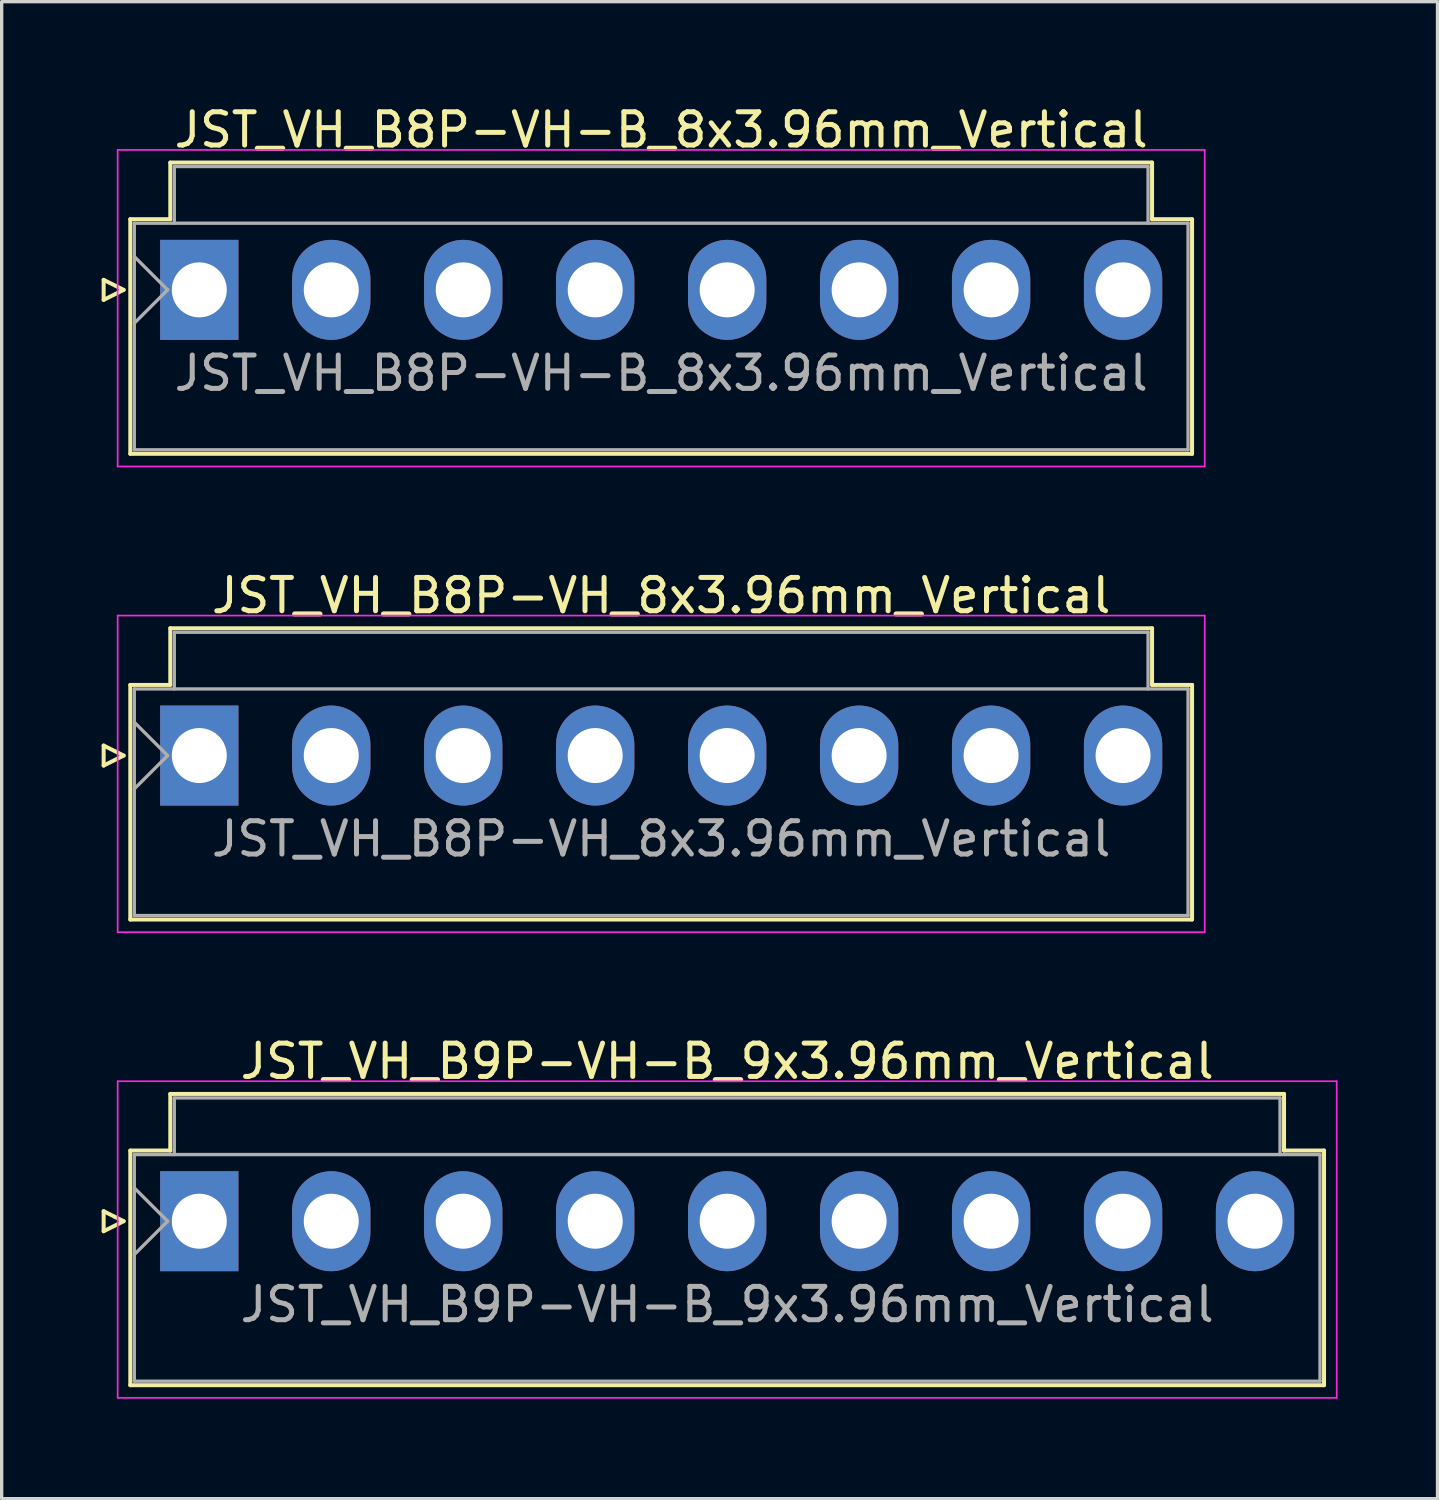
<source format=kicad_pcb>
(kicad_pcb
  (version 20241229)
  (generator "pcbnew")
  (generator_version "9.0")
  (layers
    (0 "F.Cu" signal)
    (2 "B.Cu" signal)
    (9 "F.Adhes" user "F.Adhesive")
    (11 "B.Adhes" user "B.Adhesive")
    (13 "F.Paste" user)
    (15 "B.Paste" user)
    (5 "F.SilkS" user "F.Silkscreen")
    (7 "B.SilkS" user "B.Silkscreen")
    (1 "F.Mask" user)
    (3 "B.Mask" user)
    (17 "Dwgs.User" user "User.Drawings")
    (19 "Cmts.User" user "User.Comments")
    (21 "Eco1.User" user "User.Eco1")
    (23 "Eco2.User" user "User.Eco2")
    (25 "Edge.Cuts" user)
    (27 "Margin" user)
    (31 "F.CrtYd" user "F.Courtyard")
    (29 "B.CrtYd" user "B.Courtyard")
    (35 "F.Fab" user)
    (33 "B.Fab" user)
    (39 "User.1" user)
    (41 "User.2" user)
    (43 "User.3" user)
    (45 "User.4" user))
  (footprint "JST_VH_B8P-VH_8x3.96mm_Vertical"
    (layer "F.Cu")
    (at 2.93 19.622)
    (property "Reference" "JST_VH_B8P-VH_8x3.96mm_Vertical" (at 13.86 -4.8 0) (layer "F.SilkS") (effects (font (size 1 1) (thickness 0.15))))
    (attr through_hole)
    (fp_line (start -2.87 -0.3) (end -2.27 0) (stroke (width 0.12) (type solid)) (layer "F.SilkS"))
    (fp_line (start -2.87 0.3) (end -2.87 -0.3) (stroke (width 0.12) (type solid)) (layer "F.SilkS"))
    (fp_line (start -2.27 0) (end -2.87 0.3) (stroke (width 0.12) (type solid)) (layer "F.SilkS"))
    (fp_line (start -2.07 -2.12) (end -0.87 -2.12) (stroke (width 0.12) (type solid)) (layer "F.SilkS"))
    (fp_line (start -2.07 4.92) (end -2.07 -2.12) (stroke (width 0.12) (type solid)) (layer "F.SilkS"))
    (fp_line (start -0.87 -3.82) (end 28.59 -3.82) (stroke (width 0.12) (type solid)) (layer "F.SilkS"))
    (fp_line (start -0.87 -2.12) (end -0.87 -3.82) (stroke (width 0.12) (type solid)) (layer "F.SilkS"))
    (fp_line (start 28.59 -3.82) (end 28.59 -2.12) (stroke (width 0.12) (type solid)) (layer "F.SilkS"))
    (fp_line (start 28.59 -2.12) (end 29.79 -2.12) (stroke (width 0.12) (type solid)) (layer "F.SilkS"))
    (fp_line (start 29.79 -2.12) (end 29.79 4.92) (stroke (width 0.12) (type solid)) (layer "F.SilkS"))
    (fp_line (start 29.79 4.92) (end -2.07 4.92) (stroke (width 0.12) (type solid)) (layer "F.SilkS"))
    (fp_line (start -2.45 -4.2) (end -2.45 5.3) (stroke (width 0.05) (type solid)) (layer "F.CrtYd"))
    (fp_line (start -2.45 5.3) (end 30.17 5.3) (stroke (width 0.05) (type solid)) (layer "F.CrtYd"))
    (fp_line (start 30.17 -4.2) (end -2.45 -4.2) (stroke (width 0.05) (type solid)) (layer "F.CrtYd"))
    (fp_line (start 30.17 5.3) (end 30.17 -4.2) (stroke (width 0.05) (type solid)) (layer "F.CrtYd"))
    (fp_line (start -1.95 -2) (end -1.95 4.8) (stroke (width 0.1) (type solid)) (layer "F.Fab"))
    (fp_line (start -1.95 -1) (end -0.95 0) (stroke (width 0.1) (type solid)) (layer "F.Fab"))
    (fp_line (start -1.95 1) (end -0.95 0) (stroke (width 0.1) (type solid)) (layer "F.Fab"))
    (fp_line (start -1.95 4.8) (end 29.67 4.8) (stroke (width 0.1) (type solid)) (layer "F.Fab"))
    (fp_line (start -0.75 -3.7) (end 28.47 -3.7) (stroke (width 0.1) (type solid)) (layer "F.Fab"))
    (fp_line (start -0.75 -2) (end -0.75 -3.7) (stroke (width 0.1) (type solid)) (layer "F.Fab"))
    (fp_line (start 28.47 -3.7) (end 28.47 -2) (stroke (width 0.1) (type solid)) (layer "F.Fab"))
    (fp_line (start 29.67 -2) (end -1.95 -2) (stroke (width 0.1) (type solid)) (layer "F.Fab"))
    (fp_line (start 29.67 4.8) (end 29.67 -2) (stroke (width 0.1) (type solid)) (layer "F.Fab"))
    (fp_text user "${REFERENCE}" (at 13.86 2.5 0) (layer "F.Fab") (effects (font (size 1 1) (thickness 0.15))))
    (pad "1" thru_hole rect (at 0 0) (size 2.35 3) (drill 1.65) (layers "*.Cu" "*.Mask"))
    (pad "2" thru_hole oval (at 3.96 0) (size 2.35 3) (drill 1.65) (layers "*.Cu" "*.Mask"))
    (pad "3" thru_hole oval (at 7.92 0) (size 2.35 3) (drill 1.65) (layers "*.Cu" "*.Mask"))
    (pad "4" thru_hole oval (at 11.88 0) (size 2.35 3) (drill 1.65) (layers "*.Cu" "*.Mask"))
    (pad "5" thru_hole oval (at 15.84 0) (size 2.35 3) (drill 1.65) (layers "*.Cu" "*.Mask"))
    (pad "6" thru_hole oval (at 19.8 0) (size 2.35 3) (drill 1.65) (layers "*.Cu" "*.Mask"))
    (pad "7" thru_hole oval (at 23.76 0) (size 2.35 3) (drill 1.65) (layers "*.Cu" "*.Mask"))
    (pad "8" thru_hole oval (at 27.72 0) (size 2.35 3) (drill 1.65) (layers "*.Cu" "*.Mask")))
  (footprint "JST_VH_B8P-VH-B_8x3.96mm_Vertical"
    (layer "F.Cu")
    (at 2.93 5.648)
    (property "Reference" "JST_VH_B8P-VH-B_8x3.96mm_Vertical" (at 13.86 -4.8 0) (layer "F.SilkS") (effects (font (size 1 1) (thickness 0.15))))
    (attr through_hole)
    (fp_line (start -2.87 -0.3) (end -2.27 0) (stroke (width 0.12) (type solid)) (layer "F.SilkS"))
    (fp_line (start -2.87 0.3) (end -2.87 -0.3) (stroke (width 0.12) (type solid)) (layer "F.SilkS"))
    (fp_line (start -2.27 0) (end -2.87 0.3) (stroke (width 0.12) (type solid)) (layer "F.SilkS"))
    (fp_line (start -2.07 -2.12) (end -0.87 -2.12) (stroke (width 0.12) (type solid)) (layer "F.SilkS"))
    (fp_line (start -2.07 4.92) (end -2.07 -2.12) (stroke (width 0.12) (type solid)) (layer "F.SilkS"))
    (fp_line (start -0.87 -3.82) (end 28.59 -3.82) (stroke (width 0.12) (type solid)) (layer "F.SilkS"))
    (fp_line (start -0.87 -2.12) (end -0.87 -3.82) (stroke (width 0.12) (type solid)) (layer "F.SilkS"))
    (fp_line (start 28.59 -3.82) (end 28.59 -2.12) (stroke (width 0.12) (type solid)) (layer "F.SilkS"))
    (fp_line (start 28.59 -2.12) (end 29.79 -2.12) (stroke (width 0.12) (type solid)) (layer "F.SilkS"))
    (fp_line (start 29.79 -2.12) (end 29.79 4.92) (stroke (width 0.12) (type solid)) (layer "F.SilkS"))
    (fp_line (start 29.79 4.92) (end -2.07 4.92) (stroke (width 0.12) (type solid)) (layer "F.SilkS"))
    (fp_line (start -2.45 -4.2) (end -2.45 5.3) (stroke (width 0.05) (type solid)) (layer "F.CrtYd"))
    (fp_line (start -2.45 5.3) (end 30.17 5.3) (stroke (width 0.05) (type solid)) (layer "F.CrtYd"))
    (fp_line (start 30.17 -4.2) (end -2.45 -4.2) (stroke (width 0.05) (type solid)) (layer "F.CrtYd"))
    (fp_line (start 30.17 5.3) (end 30.17 -4.2) (stroke (width 0.05) (type solid)) (layer "F.CrtYd"))
    (fp_line (start -1.95 -2) (end -1.95 4.8) (stroke (width 0.1) (type solid)) (layer "F.Fab"))
    (fp_line (start -1.95 -1) (end -0.95 0) (stroke (width 0.1) (type solid)) (layer "F.Fab"))
    (fp_line (start -1.95 1) (end -0.95 0) (stroke (width 0.1) (type solid)) (layer "F.Fab"))
    (fp_line (start -1.95 4.8) (end 29.67 4.8) (stroke (width 0.1) (type solid)) (layer "F.Fab"))
    (fp_line (start -0.75 -3.7) (end 28.47 -3.7) (stroke (width 0.1) (type solid)) (layer "F.Fab"))
    (fp_line (start -0.75 -2) (end -0.75 -3.7) (stroke (width 0.1) (type solid)) (layer "F.Fab"))
    (fp_line (start 28.47 -3.7) (end 28.47 -2) (stroke (width 0.1) (type solid)) (layer "F.Fab"))
    (fp_line (start 29.67 -2) (end -1.95 -2) (stroke (width 0.1) (type solid)) (layer "F.Fab"))
    (fp_line (start 29.67 4.8) (end 29.67 -2) (stroke (width 0.1) (type solid)) (layer "F.Fab"))
    (fp_text user "${REFERENCE}" (at 13.86 2.5 0) (layer "F.Fab") (effects (font (size 1 1) (thickness 0.15))))
    (pad "1" thru_hole rect (at 0 0) (size 2.35 3) (drill 1.65) (layers "*.Cu" "*.Mask"))
    (pad "2" thru_hole oval (at 3.96 0) (size 2.35 3) (drill 1.65) (layers "*.Cu" "*.Mask"))
    (pad "3" thru_hole oval (at 7.92 0) (size 2.35 3) (drill 1.65) (layers "*.Cu" "*.Mask"))
    (pad "4" thru_hole oval (at 11.88 0) (size 2.35 3) (drill 1.65) (layers "*.Cu" "*.Mask"))
    (pad "5" thru_hole oval (at 15.84 0) (size 2.35 3) (drill 1.65) (layers "*.Cu" "*.Mask"))
    (pad "6" thru_hole oval (at 19.8 0) (size 2.35 3) (drill 1.65) (layers "*.Cu" "*.Mask"))
    (pad "7" thru_hole oval (at 23.76 0) (size 2.35 3) (drill 1.65) (layers "*.Cu" "*.Mask"))
    (pad "8" thru_hole oval (at 27.72 0) (size 2.35 3) (drill 1.65) (layers "*.Cu" "*.Mask")))
  (footprint "JST_VH_B9P-VH-B_9x3.96mm_Vertical"
    (layer "F.Cu")
    (at 2.93 33.595)
    (property "Reference" "JST_VH_B9P-VH-B_9x3.96mm_Vertical" (at 15.84 -4.8 0) (layer "F.SilkS") (effects (font (size 1 1) (thickness 0.15))))
    (attr through_hole)
    (fp_line (start -2.87 -0.3) (end -2.27 0) (stroke (width 0.12) (type solid)) (layer "F.SilkS"))
    (fp_line (start -2.87 0.3) (end -2.87 -0.3) (stroke (width 0.12) (type solid)) (layer "F.SilkS"))
    (fp_line (start -2.27 0) (end -2.87 0.3) (stroke (width 0.12) (type solid)) (layer "F.SilkS"))
    (fp_line (start -2.07 -2.12) (end -0.87 -2.12) (stroke (width 0.12) (type solid)) (layer "F.SilkS"))
    (fp_line (start -2.07 4.92) (end -2.07 -2.12) (stroke (width 0.12) (type solid)) (layer "F.SilkS"))
    (fp_line (start -0.87 -3.82) (end 32.55 -3.82) (stroke (width 0.12) (type solid)) (layer "F.SilkS"))
    (fp_line (start -0.87 -2.12) (end -0.87 -3.82) (stroke (width 0.12) (type solid)) (layer "F.SilkS"))
    (fp_line (start 32.55 -3.82) (end 32.55 -2.12) (stroke (width 0.12) (type solid)) (layer "F.SilkS"))
    (fp_line (start 32.55 -2.12) (end 33.75 -2.12) (stroke (width 0.12) (type solid)) (layer "F.SilkS"))
    (fp_line (start 33.75 -2.12) (end 33.75 4.92) (stroke (width 0.12) (type solid)) (layer "F.SilkS"))
    (fp_line (start 33.75 4.92) (end -2.07 4.92) (stroke (width 0.12) (type solid)) (layer "F.SilkS"))
    (fp_line (start -2.45 -4.2) (end -2.45 5.3) (stroke (width 0.05) (type solid)) (layer "F.CrtYd"))
    (fp_line (start -2.45 5.3) (end 34.13 5.3) (stroke (width 0.05) (type solid)) (layer "F.CrtYd"))
    (fp_line (start 34.13 -4.2) (end -2.45 -4.2) (stroke (width 0.05) (type solid)) (layer "F.CrtYd"))
    (fp_line (start 34.13 5.3) (end 34.13 -4.2) (stroke (width 0.05) (type solid)) (layer "F.CrtYd"))
    (fp_line (start -1.95 -2) (end -1.95 4.8) (stroke (width 0.1) (type solid)) (layer "F.Fab"))
    (fp_line (start -1.95 -1) (end -0.95 0) (stroke (width 0.1) (type solid)) (layer "F.Fab"))
    (fp_line (start -1.95 1) (end -0.95 0) (stroke (width 0.1) (type solid)) (layer "F.Fab"))
    (fp_line (start -1.95 4.8) (end 33.63 4.8) (stroke (width 0.1) (type solid)) (layer "F.Fab"))
    (fp_line (start -0.75 -3.7) (end 32.43 -3.7) (stroke (width 0.1) (type solid)) (layer "F.Fab"))
    (fp_line (start -0.75 -2) (end -0.75 -3.7) (stroke (width 0.1) (type solid)) (layer "F.Fab"))
    (fp_line (start 32.43 -3.7) (end 32.43 -2) (stroke (width 0.1) (type solid)) (layer "F.Fab"))
    (fp_line (start 33.63 -2) (end -1.95 -2) (stroke (width 0.1) (type solid)) (layer "F.Fab"))
    (fp_line (start 33.63 4.8) (end 33.63 -2) (stroke (width 0.1) (type solid)) (layer "F.Fab"))
    (fp_text user "${REFERENCE}" (at 15.84 2.5 0) (layer "F.Fab") (effects (font (size 1 1) (thickness 0.15))))
    (pad "1" thru_hole rect (at 0 0) (size 2.35 3) (drill 1.65) (layers "*.Cu" "*.Mask"))
    (pad "2" thru_hole oval (at 3.96 0) (size 2.35 3) (drill 1.65) (layers "*.Cu" "*.Mask"))
    (pad "3" thru_hole oval (at 7.92 0) (size 2.35 3) (drill 1.65) (layers "*.Cu" "*.Mask"))
    (pad "4" thru_hole oval (at 11.88 0) (size 2.35 3) (drill 1.65) (layers "*.Cu" "*.Mask"))
    (pad "5" thru_hole oval (at 15.84 0) (size 2.35 3) (drill 1.65) (layers "*.Cu" "*.Mask"))
    (pad "6" thru_hole oval (at 19.8 0) (size 2.35 3) (drill 1.65) (layers "*.Cu" "*.Mask"))
    (pad "7" thru_hole oval (at 23.76 0) (size 2.35 3) (drill 1.65) (layers "*.Cu" "*.Mask"))
    (pad "8" thru_hole oval (at 27.72 0) (size 2.35 3) (drill 1.65) (layers "*.Cu" "*.Mask"))
    (pad "9" thru_hole oval (at 31.68 0) (size 2.35 3) (drill 1.65) (layers "*.Cu" "*.Mask")))
  (gr_rect
    (start -3 -3)
    (end 40.085 41.92)
    (stroke (width 0.1) (type default))
    (fill no)
    (layer "Edge.Cuts")))
</source>
